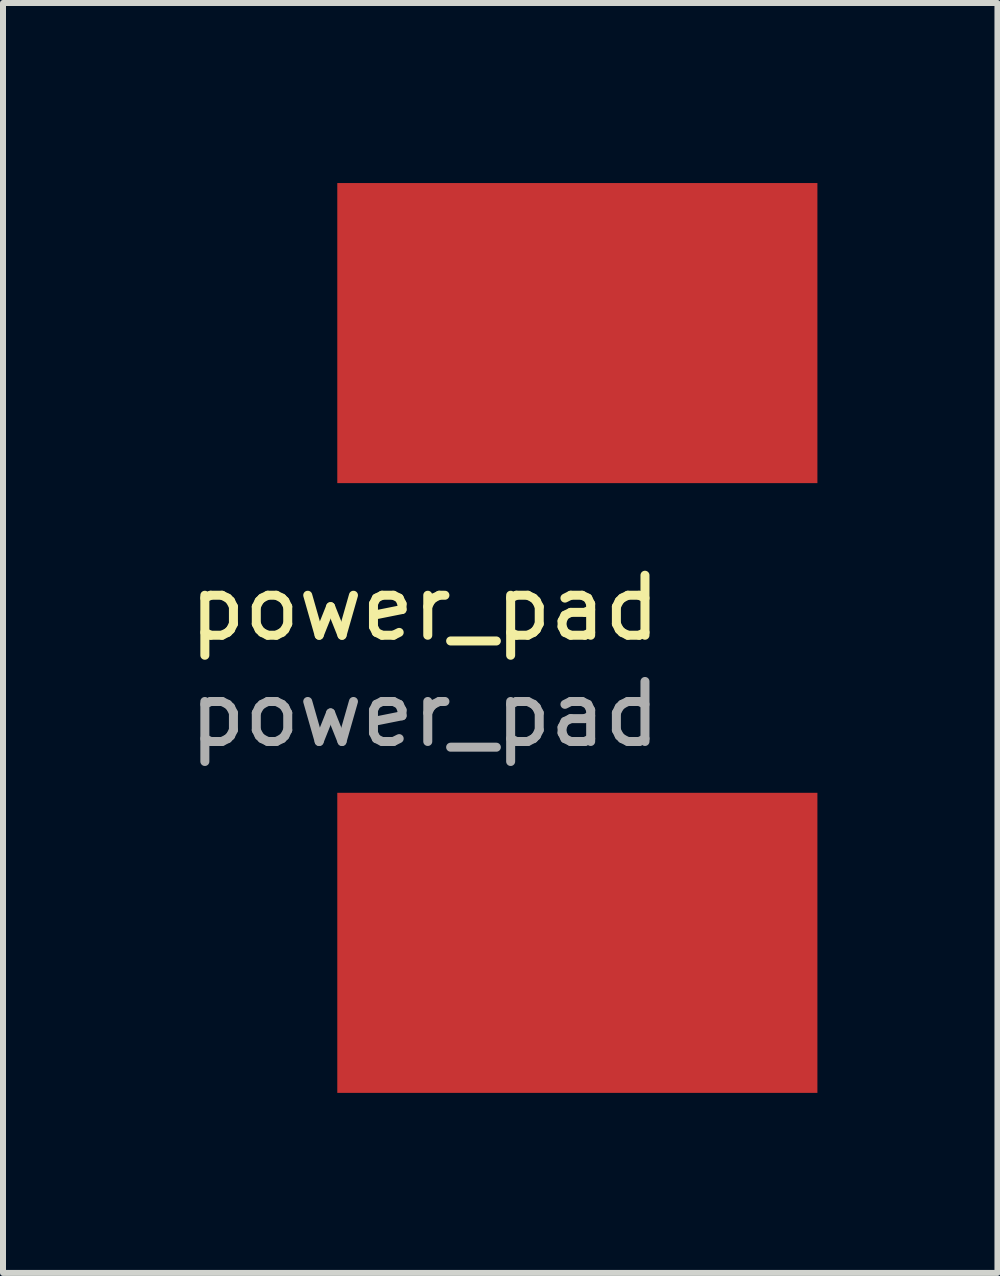
<source format=kicad_pcb>
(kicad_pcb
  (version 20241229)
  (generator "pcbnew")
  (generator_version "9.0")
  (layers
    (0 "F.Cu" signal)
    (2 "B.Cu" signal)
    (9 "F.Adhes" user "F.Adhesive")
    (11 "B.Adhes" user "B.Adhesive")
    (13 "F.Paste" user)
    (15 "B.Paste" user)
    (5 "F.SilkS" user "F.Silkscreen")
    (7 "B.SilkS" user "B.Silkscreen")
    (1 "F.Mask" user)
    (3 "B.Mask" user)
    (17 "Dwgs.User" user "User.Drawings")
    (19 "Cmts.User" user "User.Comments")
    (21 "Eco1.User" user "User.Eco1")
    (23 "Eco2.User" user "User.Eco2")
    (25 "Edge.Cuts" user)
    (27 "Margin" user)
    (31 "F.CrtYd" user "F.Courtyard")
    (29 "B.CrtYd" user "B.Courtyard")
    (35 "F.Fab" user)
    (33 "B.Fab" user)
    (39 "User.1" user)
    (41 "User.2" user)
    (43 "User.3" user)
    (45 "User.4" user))
  (footprint "power_pad"
    (layer "F.Cu")
    (at 6.57 7.58)
    (property "Reference" "power_pad" (at -2.54 -0.5 0) (unlocked yes) (layer "F.SilkS") (effects (font (size 1 1) (thickness 0.15))))
    (attr smd)
    (fp_text user "${REFERENCE}" (at -2.54 1.27 0) (unlocked yes) (layer "F.Fab") (effects (font (size 1 1) (thickness 0.15))))
    (pad "1" smd rect (at 0 -5.08) (size 8 5) (layers "F.Cu" "F.Mask" "F.Paste"))
    (pad "2" smd rect (at 0 5.08 90) (size 5 8) (layers "F.Cu" "F.Mask" "F.Paste")))
  (gr_rect
    (start -3 -3)
    (end 13.57 18.16)
    (stroke (width 0.1) (type default))
    (fill no)
    (layer "Edge.Cuts")))
</source>
